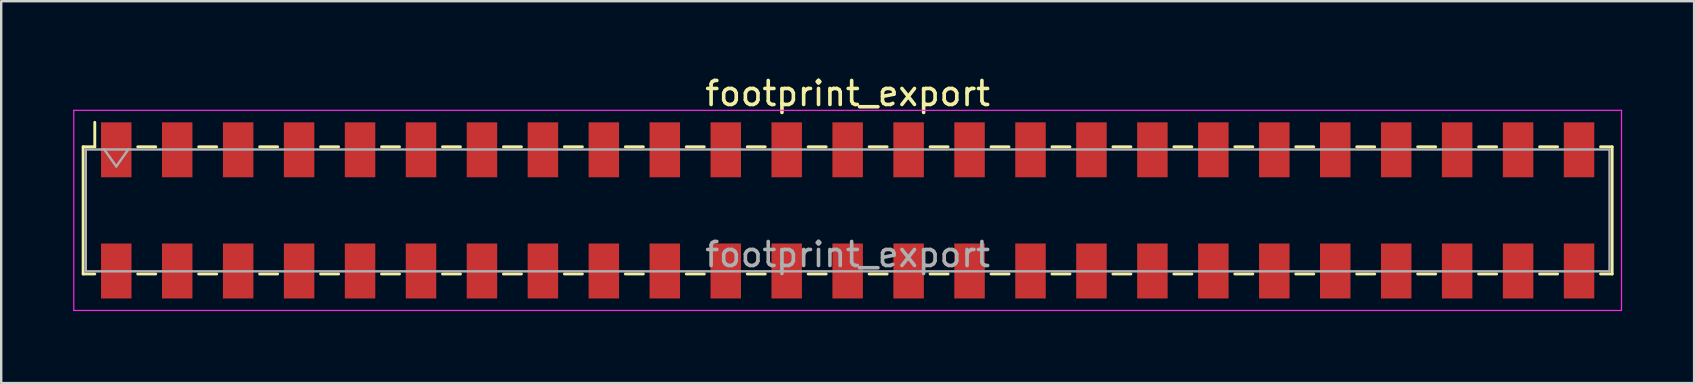
<source format=kicad_pcb>
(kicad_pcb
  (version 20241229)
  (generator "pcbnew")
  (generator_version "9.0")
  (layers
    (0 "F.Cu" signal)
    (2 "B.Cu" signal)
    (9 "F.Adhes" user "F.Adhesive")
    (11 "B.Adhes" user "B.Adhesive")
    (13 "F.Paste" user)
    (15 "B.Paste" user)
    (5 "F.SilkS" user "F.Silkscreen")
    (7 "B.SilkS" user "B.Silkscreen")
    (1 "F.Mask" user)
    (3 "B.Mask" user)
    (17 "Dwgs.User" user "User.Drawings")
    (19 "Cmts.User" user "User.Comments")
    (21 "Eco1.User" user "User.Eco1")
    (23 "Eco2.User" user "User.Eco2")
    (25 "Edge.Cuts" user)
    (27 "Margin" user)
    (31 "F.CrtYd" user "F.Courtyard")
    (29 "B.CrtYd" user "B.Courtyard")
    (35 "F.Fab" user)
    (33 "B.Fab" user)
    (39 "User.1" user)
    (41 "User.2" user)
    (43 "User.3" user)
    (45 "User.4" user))
  (footprint "footprint_export"
    (layer "F.Cu")
    (at 32.275 5.718)
    (property "Reference" "footprint_export" (at 0 -4.87 0) (layer "F.SilkS") (effects (font (size 1 1) (thickness 0.15))))
    (attr smd)
    (fp_line (start -31.86 -2.65) (end -31.86 2.65) (stroke (width 0.12) (type solid)) (layer "F.SilkS"))
    (fp_line (start -31.86 2.65) (end -31.375 2.65) (stroke (width 0.12) (type solid)) (layer "F.SilkS"))
    (fp_line (start -31.375 -3.67) (end -31.375 -2.65) (stroke (width 0.12) (type solid)) (layer "F.SilkS"))
    (fp_line (start -31.375 -2.65) (end -31.86 -2.65) (stroke (width 0.12) (type solid)) (layer "F.SilkS"))
    (fp_line (start -29.585 -2.65) (end -28.835 -2.65) (stroke (width 0.12) (type solid)) (layer "F.SilkS"))
    (fp_line (start -29.585 2.65) (end -28.835 2.65) (stroke (width 0.12) (type solid)) (layer "F.SilkS"))
    (fp_line (start -27.045 -2.65) (end -26.295 -2.65) (stroke (width 0.12) (type solid)) (layer "F.SilkS"))
    (fp_line (start -27.045 2.65) (end -26.295 2.65) (stroke (width 0.12) (type solid)) (layer "F.SilkS"))
    (fp_line (start -24.505 -2.65) (end -23.755 -2.65) (stroke (width 0.12) (type solid)) (layer "F.SilkS"))
    (fp_line (start -24.505 2.65) (end -23.755 2.65) (stroke (width 0.12) (type solid)) (layer "F.SilkS"))
    (fp_line (start -21.965 -2.65) (end -21.215 -2.65) (stroke (width 0.12) (type solid)) (layer "F.SilkS"))
    (fp_line (start -21.965 2.65) (end -21.215 2.65) (stroke (width 0.12) (type solid)) (layer "F.SilkS"))
    (fp_line (start -19.425 -2.65) (end -18.675 -2.65) (stroke (width 0.12) (type solid)) (layer "F.SilkS"))
    (fp_line (start -19.425 2.65) (end -18.675 2.65) (stroke (width 0.12) (type solid)) (layer "F.SilkS"))
    (fp_line (start -16.885 -2.65) (end -16.135 -2.65) (stroke (width 0.12) (type solid)) (layer "F.SilkS"))
    (fp_line (start -16.885 2.65) (end -16.135 2.65) (stroke (width 0.12) (type solid)) (layer "F.SilkS"))
    (fp_line (start -14.345 -2.65) (end -13.595 -2.65) (stroke (width 0.12) (type solid)) (layer "F.SilkS"))
    (fp_line (start -14.345 2.65) (end -13.595 2.65) (stroke (width 0.12) (type solid)) (layer "F.SilkS"))
    (fp_line (start -11.805 -2.65) (end -11.055 -2.65) (stroke (width 0.12) (type solid)) (layer "F.SilkS"))
    (fp_line (start -11.805 2.65) (end -11.055 2.65) (stroke (width 0.12) (type solid)) (layer "F.SilkS"))
    (fp_line (start -9.265 -2.65) (end -8.515 -2.65) (stroke (width 0.12) (type solid)) (layer "F.SilkS"))
    (fp_line (start -9.265 2.65) (end -8.515 2.65) (stroke (width 0.12) (type solid)) (layer "F.SilkS"))
    (fp_line (start -6.725 -2.65) (end -5.975 -2.65) (stroke (width 0.12) (type solid)) (layer "F.SilkS"))
    (fp_line (start -6.725 2.65) (end -5.975 2.65) (stroke (width 0.12) (type solid)) (layer "F.SilkS"))
    (fp_line (start -4.185 -2.65) (end -3.435 -2.65) (stroke (width 0.12) (type solid)) (layer "F.SilkS"))
    (fp_line (start -4.185 2.65) (end -3.435 2.65) (stroke (width 0.12) (type solid)) (layer "F.SilkS"))
    (fp_line (start -1.645 -2.65) (end -0.895 -2.65) (stroke (width 0.12) (type solid)) (layer "F.SilkS"))
    (fp_line (start -1.645 2.65) (end -0.895 2.65) (stroke (width 0.12) (type solid)) (layer "F.SilkS"))
    (fp_line (start 0.895 -2.65) (end 1.645 -2.65) (stroke (width 0.12) (type solid)) (layer "F.SilkS"))
    (fp_line (start 0.895 2.65) (end 1.645 2.65) (stroke (width 0.12) (type solid)) (layer "F.SilkS"))
    (fp_line (start 3.435 -2.65) (end 4.185 -2.65) (stroke (width 0.12) (type solid)) (layer "F.SilkS"))
    (fp_line (start 3.435 2.65) (end 4.185 2.65) (stroke (width 0.12) (type solid)) (layer "F.SilkS"))
    (fp_line (start 5.975 -2.65) (end 6.725 -2.65) (stroke (width 0.12) (type solid)) (layer "F.SilkS"))
    (fp_line (start 5.975 2.65) (end 6.725 2.65) (stroke (width 0.12) (type solid)) (layer "F.SilkS"))
    (fp_line (start 8.515 -2.65) (end 9.265 -2.65) (stroke (width 0.12) (type solid)) (layer "F.SilkS"))
    (fp_line (start 8.515 2.65) (end 9.265 2.65) (stroke (width 0.12) (type solid)) (layer "F.SilkS"))
    (fp_line (start 11.055 -2.65) (end 11.805 -2.65) (stroke (width 0.12) (type solid)) (layer "F.SilkS"))
    (fp_line (start 11.055 2.65) (end 11.805 2.65) (stroke (width 0.12) (type solid)) (layer "F.SilkS"))
    (fp_line (start 13.595 -2.65) (end 14.345 -2.65) (stroke (width 0.12) (type solid)) (layer "F.SilkS"))
    (fp_line (start 13.595 2.65) (end 14.345 2.65) (stroke (width 0.12) (type solid)) (layer "F.SilkS"))
    (fp_line (start 16.135 -2.65) (end 16.885 -2.65) (stroke (width 0.12) (type solid)) (layer "F.SilkS"))
    (fp_line (start 16.135 2.65) (end 16.885 2.65) (stroke (width 0.12) (type solid)) (layer "F.SilkS"))
    (fp_line (start 18.675 -2.65) (end 19.425 -2.65) (stroke (width 0.12) (type solid)) (layer "F.SilkS"))
    (fp_line (start 18.675 2.65) (end 19.425 2.65) (stroke (width 0.12) (type solid)) (layer "F.SilkS"))
    (fp_line (start 21.215 -2.65) (end 21.965 -2.65) (stroke (width 0.12) (type solid)) (layer "F.SilkS"))
    (fp_line (start 21.215 2.65) (end 21.965 2.65) (stroke (width 0.12) (type solid)) (layer "F.SilkS"))
    (fp_line (start 23.755 -2.65) (end 24.505 -2.65) (stroke (width 0.12) (type solid)) (layer "F.SilkS"))
    (fp_line (start 23.755 2.65) (end 24.505 2.65) (stroke (width 0.12) (type solid)) (layer "F.SilkS"))
    (fp_line (start 26.295 -2.65) (end 27.045 -2.65) (stroke (width 0.12) (type solid)) (layer "F.SilkS"))
    (fp_line (start 26.295 2.65) (end 27.045 2.65) (stroke (width 0.12) (type solid)) (layer "F.SilkS"))
    (fp_line (start 28.835 -2.65) (end 29.585 -2.65) (stroke (width 0.12) (type solid)) (layer "F.SilkS"))
    (fp_line (start 28.835 2.65) (end 29.585 2.65) (stroke (width 0.12) (type solid)) (layer "F.SilkS"))
    (fp_line (start 31.375 -2.65) (end 31.86 -2.65) (stroke (width 0.12) (type solid)) (layer "F.SilkS"))
    (fp_line (start 31.86 -2.65) (end 31.86 2.65) (stroke (width 0.12) (type solid)) (layer "F.SilkS"))
    (fp_line (start 31.86 2.65) (end 31.375 2.65) (stroke (width 0.12) (type solid)) (layer "F.SilkS"))
    (fp_line (start -32.25 -4.17) (end 32.25 -4.17) (stroke (width 0.05) (type solid)) (layer "F.CrtYd"))
    (fp_line (start -32.25 4.17) (end -32.25 -4.17) (stroke (width 0.05) (type solid)) (layer "F.CrtYd"))
    (fp_line (start 32.25 -4.17) (end 32.25 4.17) (stroke (width 0.05) (type solid)) (layer "F.CrtYd"))
    (fp_line (start 32.25 4.17) (end -32.25 4.17) (stroke (width 0.05) (type solid)) (layer "F.CrtYd"))
    (fp_line (start -31.75 -2.54) (end 31.75 -2.54) (stroke (width 0.1) (type solid)) (layer "F.Fab"))
    (fp_line (start -31.75 2.54) (end -31.75 -2.54) (stroke (width 0.1) (type solid)) (layer "F.Fab"))
    (fp_line (start -30.98 -2.54) (end -30.48 -1.833) (stroke (width 0.1) (type solid)) (layer "F.Fab"))
    (fp_line (start -30.48 -1.833) (end -29.98 -2.54) (stroke (width 0.1) (type solid)) (layer "F.Fab"))
    (fp_line (start 31.75 -2.54) (end 31.75 2.54) (stroke (width 0.1) (type solid)) (layer "F.Fab"))
    (fp_line (start 31.75 2.54) (end -31.75 2.54) (stroke (width 0.1) (type solid)) (layer "F.Fab"))
    (fp_text user "${REFERENCE}" (at 0 1.84 0) (layer "F.Fab") (effects (font (size 1 1) (thickness 0.15))))
    (pad "1" smd rect (at -30.48 -2.525) (size 1.27 2.29) (layers "F.Cu" "F.Mask" "F.Paste"))
    (pad "2" smd rect (at -30.48 2.525) (size 1.27 2.29) (layers "F.Cu" "F.Mask" "F.Paste"))
    (pad "3" smd rect (at -27.94 -2.525) (size 1.27 2.29) (layers "F.Cu" "F.Mask" "F.Paste"))
    (pad "4" smd rect (at -27.94 2.525) (size 1.27 2.29) (layers "F.Cu" "F.Mask" "F.Paste"))
    (pad "5" smd rect (at -25.4 -2.525) (size 1.27 2.29) (layers "F.Cu" "F.Mask" "F.Paste"))
    (pad "6" smd rect (at -25.4 2.525) (size 1.27 2.29) (layers "F.Cu" "F.Mask" "F.Paste"))
    (pad "7" smd rect (at -22.86 -2.525) (size 1.27 2.29) (layers "F.Cu" "F.Mask" "F.Paste"))
    (pad "8" smd rect (at -22.86 2.525) (size 1.27 2.29) (layers "F.Cu" "F.Mask" "F.Paste"))
    (pad "9" smd rect (at -20.32 -2.525) (size 1.27 2.29) (layers "F.Cu" "F.Mask" "F.Paste"))
    (pad "10" smd rect (at -20.32 2.525) (size 1.27 2.29) (layers "F.Cu" "F.Mask" "F.Paste"))
    (pad "11" smd rect (at -17.78 -2.525) (size 1.27 2.29) (layers "F.Cu" "F.Mask" "F.Paste"))
    (pad "12" smd rect (at -17.78 2.525) (size 1.27 2.29) (layers "F.Cu" "F.Mask" "F.Paste"))
    (pad "13" smd rect (at -15.24 -2.525) (size 1.27 2.29) (layers "F.Cu" "F.Mask" "F.Paste"))
    (pad "14" smd rect (at -15.24 2.525) (size 1.27 2.29) (layers "F.Cu" "F.Mask" "F.Paste"))
    (pad "15" smd rect (at -12.7 -2.525) (size 1.27 2.29) (layers "F.Cu" "F.Mask" "F.Paste"))
    (pad "16" smd rect (at -12.7 2.525) (size 1.27 2.29) (layers "F.Cu" "F.Mask" "F.Paste"))
    (pad "17" smd rect (at -10.16 -2.525) (size 1.27 2.29) (layers "F.Cu" "F.Mask" "F.Paste"))
    (pad "18" smd rect (at -10.16 2.525) (size 1.27 2.29) (layers "F.Cu" "F.Mask" "F.Paste"))
    (pad "19" smd rect (at -7.62 -2.525) (size 1.27 2.29) (layers "F.Cu" "F.Mask" "F.Paste"))
    (pad "20" smd rect (at -7.62 2.525) (size 1.27 2.29) (layers "F.Cu" "F.Mask" "F.Paste"))
    (pad "21" smd rect (at -5.08 -2.525) (size 1.27 2.29) (layers "F.Cu" "F.Mask" "F.Paste"))
    (pad "22" smd rect (at -5.08 2.525) (size 1.27 2.29) (layers "F.Cu" "F.Mask" "F.Paste"))
    (pad "23" smd rect (at -2.54 -2.525) (size 1.27 2.29) (layers "F.Cu" "F.Mask" "F.Paste"))
    (pad "24" smd rect (at -2.54 2.525) (size 1.27 2.29) (layers "F.Cu" "F.Mask" "F.Paste"))
    (pad "25" smd rect (at 0 -2.525) (size 1.27 2.29) (layers "F.Cu" "F.Mask" "F.Paste"))
    (pad "26" smd rect (at 0 2.525) (size 1.27 2.29) (layers "F.Cu" "F.Mask" "F.Paste"))
    (pad "27" smd rect (at 2.54 -2.525) (size 1.27 2.29) (layers "F.Cu" "F.Mask" "F.Paste"))
    (pad "28" smd rect (at 2.54 2.525) (size 1.27 2.29) (layers "F.Cu" "F.Mask" "F.Paste"))
    (pad "29" smd rect (at 5.08 -2.525) (size 1.27 2.29) (layers "F.Cu" "F.Mask" "F.Paste"))
    (pad "30" smd rect (at 5.08 2.525) (size 1.27 2.29) (layers "F.Cu" "F.Mask" "F.Paste"))
    (pad "31" smd rect (at 7.62 -2.525) (size 1.27 2.29) (layers "F.Cu" "F.Mask" "F.Paste"))
    (pad "32" smd rect (at 7.62 2.525) (size 1.27 2.29) (layers "F.Cu" "F.Mask" "F.Paste"))
    (pad "33" smd rect (at 10.16 -2.525) (size 1.27 2.29) (layers "F.Cu" "F.Mask" "F.Paste"))
    (pad "34" smd rect (at 10.16 2.525) (size 1.27 2.29) (layers "F.Cu" "F.Mask" "F.Paste"))
    (pad "35" smd rect (at 12.7 -2.525) (size 1.27 2.29) (layers "F.Cu" "F.Mask" "F.Paste"))
    (pad "36" smd rect (at 12.7 2.525) (size 1.27 2.29) (layers "F.Cu" "F.Mask" "F.Paste"))
    (pad "37" smd rect (at 15.24 -2.525) (size 1.27 2.29) (layers "F.Cu" "F.Mask" "F.Paste"))
    (pad "38" smd rect (at 15.24 2.525) (size 1.27 2.29) (layers "F.Cu" "F.Mask" "F.Paste"))
    (pad "39" smd rect (at 17.78 -2.525) (size 1.27 2.29) (layers "F.Cu" "F.Mask" "F.Paste"))
    (pad "40" smd rect (at 17.78 2.525) (size 1.27 2.29) (layers "F.Cu" "F.Mask" "F.Paste"))
    (pad "41" smd rect (at 20.32 -2.525) (size 1.27 2.29) (layers "F.Cu" "F.Mask" "F.Paste"))
    (pad "42" smd rect (at 20.32 2.525) (size 1.27 2.29) (layers "F.Cu" "F.Mask" "F.Paste"))
    (pad "43" smd rect (at 22.86 -2.525) (size 1.27 2.29) (layers "F.Cu" "F.Mask" "F.Paste"))
    (pad "44" smd rect (at 22.86 2.525) (size 1.27 2.29) (layers "F.Cu" "F.Mask" "F.Paste"))
    (pad "45" smd rect (at 25.4 -2.525) (size 1.27 2.29) (layers "F.Cu" "F.Mask" "F.Paste"))
    (pad "46" smd rect (at 25.4 2.525) (size 1.27 2.29) (layers "F.Cu" "F.Mask" "F.Paste"))
    (pad "47" smd rect (at 27.94 -2.525) (size 1.27 2.29) (layers "F.Cu" "F.Mask" "F.Paste"))
    (pad "48" smd rect (at 27.94 2.525) (size 1.27 2.29) (layers "F.Cu" "F.Mask" "F.Paste"))
    (pad "49" smd rect (at 30.48 -2.525) (size 1.27 2.29) (layers "F.Cu" "F.Mask" "F.Paste"))
    (pad "50" smd rect (at 30.48 2.525) (size 1.27 2.29) (layers "F.Cu" "F.Mask" "F.Paste")))
  (gr_rect
    (start -3 -3)
    (end 67.55 12.913)
    (stroke (width 0.1) (type default))
    (fill no)
    (layer "Edge.Cuts")))
</source>
